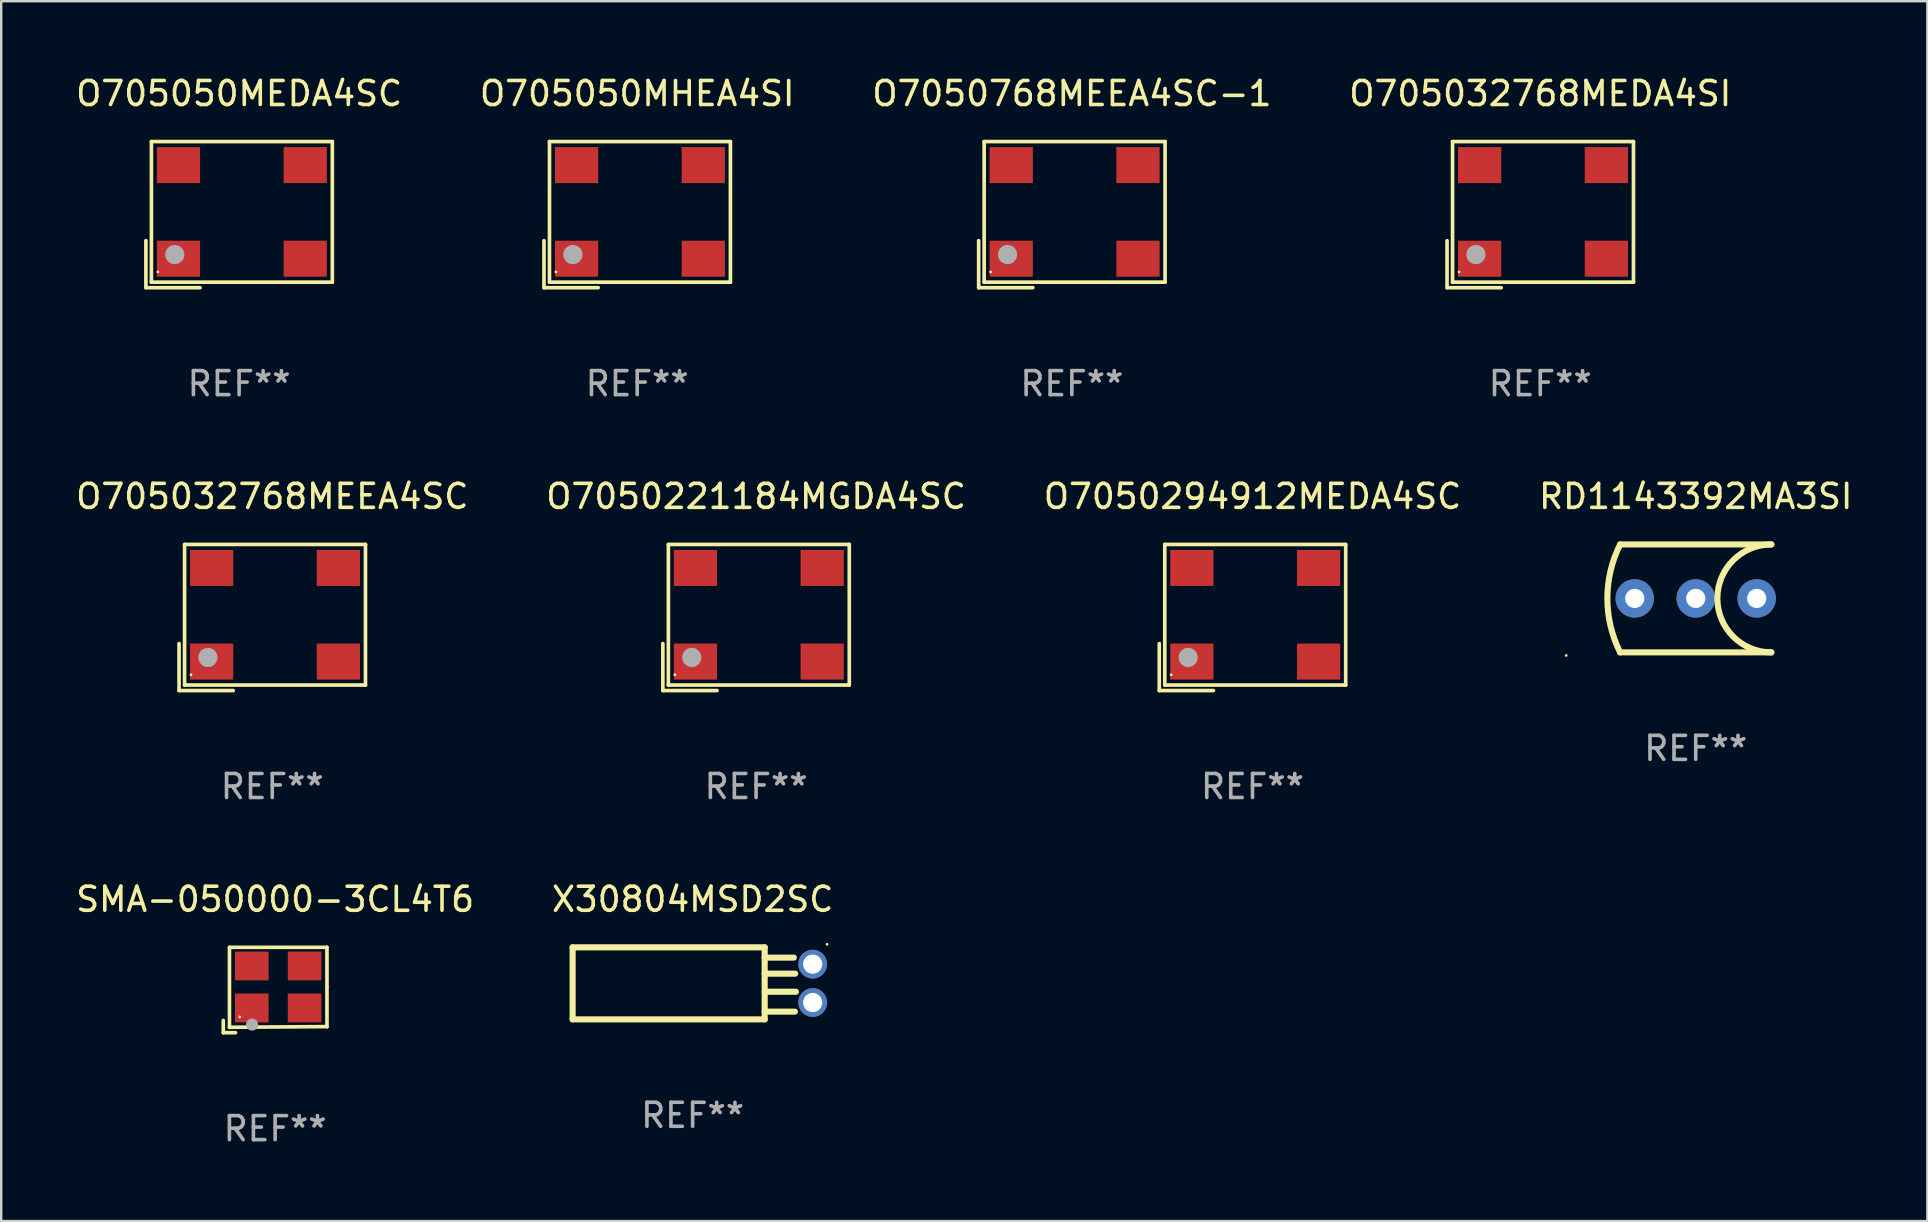
<source format=kicad_pcb>
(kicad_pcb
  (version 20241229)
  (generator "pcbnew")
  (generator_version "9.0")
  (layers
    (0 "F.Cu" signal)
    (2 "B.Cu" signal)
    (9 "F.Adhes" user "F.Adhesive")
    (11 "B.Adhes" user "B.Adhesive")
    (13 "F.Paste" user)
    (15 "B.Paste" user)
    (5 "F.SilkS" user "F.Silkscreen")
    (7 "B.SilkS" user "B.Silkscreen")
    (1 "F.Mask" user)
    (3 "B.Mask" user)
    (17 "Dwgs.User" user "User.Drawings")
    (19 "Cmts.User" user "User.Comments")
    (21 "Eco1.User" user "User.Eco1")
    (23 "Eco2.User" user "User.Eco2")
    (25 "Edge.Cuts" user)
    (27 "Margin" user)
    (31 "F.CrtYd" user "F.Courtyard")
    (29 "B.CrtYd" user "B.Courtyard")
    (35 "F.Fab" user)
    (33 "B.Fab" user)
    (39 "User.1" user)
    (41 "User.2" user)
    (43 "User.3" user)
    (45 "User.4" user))
  (footprint "O705050MEDA4SC"
    (layer "F.Cu")
    (at 6.911 5.891)
    (property "Reference" "O705050MEDA4SC" (at 0 -5.043 0) (layer "F.SilkS") (effects (font (size 1 1) (thickness 0.15))))
    (attr through_hole)
    (fp_line (start -3.883 1.086) (end -3.883 3.043) (stroke (width 0.152) (type solid)) (layer "F.SilkS"))
    (fp_line (start -3.883 3.043) (end -1.626 3.043) (stroke (width 0.152) (type solid)) (layer "F.SilkS"))
    (fp_line (start -3.654 -3.043) (end 3.883 -3.043) (stroke (width 0.152) (type solid)) (layer "F.SilkS"))
    (fp_line (start -3.654 2.814) (end -3.654 -3.043) (stroke (width 0.152) (type solid)) (layer "F.SilkS"))
    (fp_line (start 3.883 -3.043) (end 3.883 2.814) (stroke (width 0.152) (type solid)) (layer "F.SilkS"))
    (fp_line (start 3.883 2.814) (end -3.654 2.814) (stroke (width 0.152) (type solid)) (layer "F.SilkS"))
    (fp_circle (center -3.386 2.386) (end -3.356 2.386) (stroke (width 0.06) (type solid)) (fill no) (layer "F.SilkS"))
    (fp_circle (center -2.68 1.664) (end -2.48 1.664) (stroke (width 0.4) (type solid)) (fill no) (layer "F.Fab"))
    (fp_text user "REF**" (at 0 7.043 0) (layer "F.Fab") (effects (font (size 1 1) (thickness 0.15))))
    (pad "1" smd rect (at -2.526 1.836) (size 1.8 1.5) (layers "F.Cu" "F.Mask" "F.Paste"))
    (pad "2" smd rect (at 2.754 1.836) (size 1.8 1.5) (layers "F.Cu" "F.Mask" "F.Paste"))
    (pad "3" smd rect (at 2.754 -2.064) (size 1.8 1.5) (layers "F.Cu" "F.Mask" "F.Paste"))
    (pad "4" smd rect (at -2.526 -2.064) (size 1.8 1.5) (layers "F.Cu" "F.Mask" "F.Paste")))
  (footprint "RD1143392MA3SI"
    (layer "F.Cu")
    (at 67.589 21.878)
    (property "Reference" "RD1143392MA3SI" (at 0 -4.248 0) (layer "F.SilkS") (effects (font (size 1 1) (thickness 0.15))))
    (attr through_hole)
    (fp_line (start 3.15 -2.248) (end -3.15 -2.248) (stroke (width 0.254) (type solid)) (layer "F.SilkS"))
    (fp_line (start 3.15 2.248) (end -3.15 2.248) (stroke (width 0.254) (type solid)) (layer "F.SilkS"))
    (fp_arc (start -3.149606 2.247905) (mid -3.680264 0) (end -3.149606 -2.247904) (stroke (width 0.254001) (type solid)) (layer "F.SilkS"))
    (fp_arc (start 3.149606 2.247904) (mid 0.901702 0) (end 3.149606 -2.247904) (stroke (width 0.254001) (type solid)) (layer "F.SilkS"))
    (fp_circle (center -5.398 2.375) (end -5.368 2.375) (stroke (width 0.06) (type solid)) (fill no) (layer "F.SilkS"))
    (fp_text user "REF**" (at 0 6.248 0) (layer "F.Fab") (effects (font (size 1 1) (thickness 0.15))))
    (pad "1" thru_hole circle (at -2.54 0) (size 1.6 1.6) (drill 0.8) (layers "*.Cu" "*.Mask"))
    (pad "2" thru_hole circle (at 2.54 0) (size 1.6 1.6) (drill 0.8) (layers "*.Cu" "*.Mask"))
    (pad "3" thru_hole circle (at 0 0) (size 1.6 1.6) (drill 0.8) (layers "*.Cu" "*.Mask")))
  (footprint "O7050768MEEA4SC-1"
    (layer "F.Cu")
    (at 41.601 5.891)
    (property "Reference" "O7050768MEEA4SC-1" (at 0 -5.043 0) (layer "F.SilkS") (effects (font (size 1 1) (thickness 0.15))))
    (attr through_hole)
    (fp_line (start -3.883 1.086) (end -3.883 3.043) (stroke (width 0.152) (type solid)) (layer "F.SilkS"))
    (fp_line (start -3.883 3.043) (end -1.626 3.043) (stroke (width 0.152) (type solid)) (layer "F.SilkS"))
    (fp_line (start -3.654 -3.043) (end 3.883 -3.043) (stroke (width 0.152) (type solid)) (layer "F.SilkS"))
    (fp_line (start -3.654 2.814) (end -3.654 -3.043) (stroke (width 0.152) (type solid)) (layer "F.SilkS"))
    (fp_line (start 3.883 -3.043) (end 3.883 2.814) (stroke (width 0.152) (type solid)) (layer "F.SilkS"))
    (fp_line (start 3.883 2.814) (end -3.654 2.814) (stroke (width 0.152) (type solid)) (layer "F.SilkS"))
    (fp_circle (center -3.386 2.386) (end -3.356 2.386) (stroke (width 0.06) (type solid)) (fill no) (layer "F.SilkS"))
    (fp_circle (center -2.68 1.664) (end -2.48 1.664) (stroke (width 0.4) (type solid)) (fill no) (layer "F.Fab"))
    (fp_text user "REF**" (at 0 7.043 0) (layer "F.Fab") (effects (font (size 1 1) (thickness 0.15))))
    (pad "1" smd rect (at -2.526 1.836) (size 1.8 1.5) (layers "F.Cu" "F.Mask" "F.Paste"))
    (pad "2" smd rect (at 2.754 1.836) (size 1.8 1.5) (layers "F.Cu" "F.Mask" "F.Paste"))
    (pad "3" smd rect (at 2.754 -2.064) (size 1.8 1.5) (layers "F.Cu" "F.Mask" "F.Paste"))
    (pad "4" smd rect (at -2.526 -2.064) (size 1.8 1.5) (layers "F.Cu" "F.Mask" "F.Paste")))
  (footprint "O705050MHEA4SI"
    (layer "F.Cu")
    (at 23.494 5.891)
    (property "Reference" "O705050MHEA4SI" (at 0 -5.043 0) (layer "F.SilkS") (effects (font (size 1 1) (thickness 0.15))))
    (attr through_hole)
    (fp_line (start -3.883 1.086) (end -3.883 3.043) (stroke (width 0.152) (type solid)) (layer "F.SilkS"))
    (fp_line (start -3.883 3.043) (end -1.626 3.043) (stroke (width 0.152) (type solid)) (layer "F.SilkS"))
    (fp_line (start -3.654 -3.043) (end 3.883 -3.043) (stroke (width 0.152) (type solid)) (layer "F.SilkS"))
    (fp_line (start -3.654 2.814) (end -3.654 -3.043) (stroke (width 0.152) (type solid)) (layer "F.SilkS"))
    (fp_line (start 3.883 -3.043) (end 3.883 2.814) (stroke (width 0.152) (type solid)) (layer "F.SilkS"))
    (fp_line (start 3.883 2.814) (end -3.654 2.814) (stroke (width 0.152) (type solid)) (layer "F.SilkS"))
    (fp_circle (center -3.386 2.386) (end -3.356 2.386) (stroke (width 0.06) (type solid)) (fill no) (layer "F.SilkS"))
    (fp_circle (center -2.68 1.664) (end -2.48 1.664) (stroke (width 0.4) (type solid)) (fill no) (layer "F.Fab"))
    (fp_text user "REF**" (at 0 7.043 0) (layer "F.Fab") (effects (font (size 1 1) (thickness 0.15))))
    (pad "1" smd rect (at -2.526 1.836) (size 1.8 1.5) (layers "F.Cu" "F.Mask" "F.Paste"))
    (pad "2" smd rect (at 2.754 1.836) (size 1.8 1.5) (layers "F.Cu" "F.Mask" "F.Paste"))
    (pad "3" smd rect (at 2.754 -2.064) (size 1.8 1.5) (layers "F.Cu" "F.Mask" "F.Paste"))
    (pad "4" smd rect (at -2.526 -2.064) (size 1.8 1.5) (layers "F.Cu" "F.Mask" "F.Paste")))
  (footprint "O705032768MEDA4SI"
    (layer "F.Cu")
    (at 61.113 5.891)
    (property "Reference" "O705032768MEDA4SI" (at 0 -5.043 0) (layer "F.SilkS") (effects (font (size 1 1) (thickness 0.15))))
    (attr through_hole)
    (fp_line (start -3.883 1.086) (end -3.883 3.043) (stroke (width 0.152) (type solid)) (layer "F.SilkS"))
    (fp_line (start -3.883 3.043) (end -1.626 3.043) (stroke (width 0.152) (type solid)) (layer "F.SilkS"))
    (fp_line (start -3.654 -3.043) (end 3.883 -3.043) (stroke (width 0.152) (type solid)) (layer "F.SilkS"))
    (fp_line (start -3.654 2.814) (end -3.654 -3.043) (stroke (width 0.152) (type solid)) (layer "F.SilkS"))
    (fp_line (start 3.883 -3.043) (end 3.883 2.814) (stroke (width 0.152) (type solid)) (layer "F.SilkS"))
    (fp_line (start 3.883 2.814) (end -3.654 2.814) (stroke (width 0.152) (type solid)) (layer "F.SilkS"))
    (fp_circle (center -3.386 2.386) (end -3.356 2.386) (stroke (width 0.06) (type solid)) (fill no) (layer "F.SilkS"))
    (fp_circle (center -2.68 1.664) (end -2.48 1.664) (stroke (width 0.4) (type solid)) (fill no) (layer "F.Fab"))
    (fp_text user "REF**" (at 0 7.043 0) (layer "F.Fab") (effects (font (size 1 1) (thickness 0.15))))
    (pad "1" smd rect (at -2.526 1.836) (size 1.8 1.5) (layers "F.Cu" "F.Mask" "F.Paste"))
    (pad "2" smd rect (at 2.754 1.836) (size 1.8 1.5) (layers "F.Cu" "F.Mask" "F.Paste"))
    (pad "3" smd rect (at 2.754 -2.064) (size 1.8 1.5) (layers "F.Cu" "F.Mask" "F.Paste"))
    (pad "4" smd rect (at -2.526 -2.064) (size 1.8 1.5) (layers "F.Cu" "F.Mask" "F.Paste")))
  (footprint "SMA-050000-3CL4T6"
    (layer "F.Cu")
    (at 8.411 38.191)
    (property "Reference" "SMA-050000-3CL4T6" (at 0 -3.778 0) (layer "F.SilkS") (effects (font (size 1 1) (thickness 0.15))))
    (attr through_hole)
    (fp_line (start -2.159 1.27) (end -2.159 1.778) (stroke (width 0.152) (type solid)) (layer "F.SilkS"))
    (fp_line (start -2.159 1.778) (end -1.651 1.778) (stroke (width 0.152) (type solid)) (layer "F.SilkS"))
    (fp_line (start -1.902 -1.778) (end 2.159 -1.778) (stroke (width 0.152) (type solid)) (layer "F.SilkS"))
    (fp_line (start -1.902 1.552) (end -1.902 -1.778) (stroke (width 0.152) (type solid)) (layer "F.SilkS"))
    (fp_line (start 2.159 -1.778) (end 2.159 -0.127) (stroke (width 0.152) (type solid)) (layer "F.SilkS"))
    (fp_line (start 2.159 -0.127) (end 2.159 1.524) (stroke (width 0.152) (type solid)) (layer "F.SilkS"))
    (fp_line (start 2.159 1.524) (end -1.902 1.552) (stroke (width 0.152) (type solid)) (layer "F.SilkS"))
    (fp_line (start 2.159 1.524) (end 2.159 1.524) (stroke (width 0.152) (type solid)) (layer "F.SilkS"))
    (fp_circle (center -1.473 1.123) (end -1.443 1.123) (stroke (width 0.06) (type solid)) (fill no) (layer "F.SilkS"))
    (fp_circle (center -0.961 1.44) (end -0.834 1.44) (stroke (width 0.254) (type solid)) (fill no) (layer "F.Fab"))
    (fp_text user "REF**" (at 0 5.778 0) (layer "F.Fab") (effects (font (size 1 1) (thickness 0.15))))
    (pad "1" smd rect (at -0.973 0.748) (size 1.4 1.2) (layers "F.Cu" "F.Mask" "F.Paste"))
    (pad "2" smd rect (at 1.227 0.748) (size 1.4 1.2) (layers "F.Cu" "F.Mask" "F.Paste"))
    (pad "3" smd rect (at 1.227 -1.002) (size 1.4 1.2) (layers "F.Cu" "F.Mask" "F.Paste"))
    (pad "4" smd rect (at -0.973 -1.002) (size 1.4 1.2) (layers "F.Cu" "F.Mask" "F.Paste")))
  (footprint "X30804MSD2SC"
    (layer "F.Cu")
    (at 25.804 37.913)
    (property "Reference" "X30804MSD2SC" (at 0 -3.5 0) (layer "F.SilkS") (effects (font (size 1 1) (thickness 0.15))))
    (attr through_hole)
    (fp_line (start -5 -1.5) (end -5 1.5) (stroke (width 0.254) (type solid)) (layer "F.SilkS"))
    (fp_line (start 3 -1.5) (end -5 -1.5) (stroke (width 0.254) (type solid)) (layer "F.SilkS"))
    (fp_line (start 3 -1.5) (end 3 1.5) (stroke (width 0.254) (type solid)) (layer "F.SilkS"))
    (fp_line (start 3 -1.071) (end 4.214 -1.071) (stroke (width 0.254) (type solid)) (layer "F.SilkS"))
    (fp_line (start 3 -0.403) (end 4.27 -0.403) (stroke (width 0.254) (type solid)) (layer "F.SilkS"))
    (fp_line (start 3 0.35) (end 4.302 0.35) (stroke (width 0.254) (type solid)) (layer "F.SilkS"))
    (fp_line (start 3 1.178) (end 4.26 1.178) (stroke (width 0.254) (type solid)) (layer "F.SilkS"))
    (fp_line (start 3 1.5) (end -5 1.5) (stroke (width 0.254) (type solid)) (layer "F.SilkS"))
    (fp_circle (center 5.6 -1.627) (end 5.63 -1.627) (stroke (width 0.06) (type solid)) (fill no) (layer "F.SilkS"))
    (fp_text user "REF**" (at 0 5.5 0) (layer "F.Fab") (effects (font (size 1 1) (thickness 0.15))))
    (pad "1" thru_hole circle (at 5 -0.8) (size 1.2 1.2) (drill 0.8) (layers "*.Cu" "*.Mask"))
    (pad "2" thru_hole circle (at 5 0.8) (size 1.2 1.2) (drill 0.8) (layers "*.Cu" "*.Mask")))
  (footprint "O705032768MEEA4SC"
    (layer "F.Cu")
    (at 8.292 22.673)
    (property "Reference" "O705032768MEEA4SC" (at 0 -5.043 0) (layer "F.SilkS") (effects (font (size 1 1) (thickness 0.15))))
    (attr through_hole)
    (fp_line (start -3.883 1.086) (end -3.883 3.043) (stroke (width 0.152) (type solid)) (layer "F.SilkS"))
    (fp_line (start -3.883 3.043) (end -1.626 3.043) (stroke (width 0.152) (type solid)) (layer "F.SilkS"))
    (fp_line (start -3.654 -3.043) (end 3.883 -3.043) (stroke (width 0.152) (type solid)) (layer "F.SilkS"))
    (fp_line (start -3.654 2.814) (end -3.654 -3.043) (stroke (width 0.152) (type solid)) (layer "F.SilkS"))
    (fp_line (start 3.883 -3.043) (end 3.883 2.814) (stroke (width 0.152) (type solid)) (layer "F.SilkS"))
    (fp_line (start 3.883 2.814) (end -3.654 2.814) (stroke (width 0.152) (type solid)) (layer "F.SilkS"))
    (fp_circle (center -3.386 2.386) (end -3.356 2.386) (stroke (width 0.06) (type solid)) (fill no) (layer "F.SilkS"))
    (fp_circle (center -2.68 1.664) (end -2.48 1.664) (stroke (width 0.4) (type solid)) (fill no) (layer "F.Fab"))
    (fp_text user "REF**" (at 0 7.043 0) (layer "F.Fab") (effects (font (size 1 1) (thickness 0.15))))
    (pad "1" smd rect (at -2.526 1.836) (size 1.8 1.5) (layers "F.Cu" "F.Mask" "F.Paste"))
    (pad "2" smd rect (at 2.754 1.836) (size 1.8 1.5) (layers "F.Cu" "F.Mask" "F.Paste"))
    (pad "3" smd rect (at 2.754 -2.064) (size 1.8 1.5) (layers "F.Cu" "F.Mask" "F.Paste"))
    (pad "4" smd rect (at -2.526 -2.064) (size 1.8 1.5) (layers "F.Cu" "F.Mask" "F.Paste")))
  (footprint "O7050294912MEDA4SC"
    (layer "F.Cu")
    (at 49.125 22.673)
    (property "Reference" "O7050294912MEDA4SC" (at 0 -5.043 0) (layer "F.SilkS") (effects (font (size 1 1) (thickness 0.15))))
    (attr through_hole)
    (fp_line (start -3.883 1.086) (end -3.883 3.043) (stroke (width 0.152) (type solid)) (layer "F.SilkS"))
    (fp_line (start -3.883 3.043) (end -1.626 3.043) (stroke (width 0.152) (type solid)) (layer "F.SilkS"))
    (fp_line (start -3.654 -3.043) (end 3.883 -3.043) (stroke (width 0.152) (type solid)) (layer "F.SilkS"))
    (fp_line (start -3.654 2.814) (end -3.654 -3.043) (stroke (width 0.152) (type solid)) (layer "F.SilkS"))
    (fp_line (start 3.883 -3.043) (end 3.883 2.814) (stroke (width 0.152) (type solid)) (layer "F.SilkS"))
    (fp_line (start 3.883 2.814) (end -3.654 2.814) (stroke (width 0.152) (type solid)) (layer "F.SilkS"))
    (fp_circle (center -3.386 2.386) (end -3.356 2.386) (stroke (width 0.06) (type solid)) (fill no) (layer "F.SilkS"))
    (fp_circle (center -2.68 1.664) (end -2.48 1.664) (stroke (width 0.4) (type solid)) (fill no) (layer "F.Fab"))
    (fp_text user "REF**" (at 0 7.043 0) (layer "F.Fab") (effects (font (size 1 1) (thickness 0.15))))
    (pad "1" smd rect (at -2.526 1.836) (size 1.8 1.5) (layers "F.Cu" "F.Mask" "F.Paste"))
    (pad "2" smd rect (at 2.754 1.836) (size 1.8 1.5) (layers "F.Cu" "F.Mask" "F.Paste"))
    (pad "3" smd rect (at 2.754 -2.064) (size 1.8 1.5) (layers "F.Cu" "F.Mask" "F.Paste"))
    (pad "4" smd rect (at -2.526 -2.064) (size 1.8 1.5) (layers "F.Cu" "F.Mask" "F.Paste")))
  (footprint "O7050221184MGDA4SC"
    (layer "F.Cu")
    (at 28.446 22.673)
    (property "Reference" "O7050221184MGDA4SC" (at 0 -5.043 0) (layer "F.SilkS") (effects (font (size 1 1) (thickness 0.15))))
    (attr through_hole)
    (fp_line (start -3.883 1.086) (end -3.883 3.043) (stroke (width 0.152) (type solid)) (layer "F.SilkS"))
    (fp_line (start -3.883 3.043) (end -1.626 3.043) (stroke (width 0.152) (type solid)) (layer "F.SilkS"))
    (fp_line (start -3.654 -3.043) (end 3.883 -3.043) (stroke (width 0.152) (type solid)) (layer "F.SilkS"))
    (fp_line (start -3.654 2.814) (end -3.654 -3.043) (stroke (width 0.152) (type solid)) (layer "F.SilkS"))
    (fp_line (start 3.883 -3.043) (end 3.883 2.814) (stroke (width 0.152) (type solid)) (layer "F.SilkS"))
    (fp_line (start 3.883 2.814) (end -3.654 2.814) (stroke (width 0.152) (type solid)) (layer "F.SilkS"))
    (fp_circle (center -3.386 2.386) (end -3.356 2.386) (stroke (width 0.06) (type solid)) (fill no) (layer "F.SilkS"))
    (fp_circle (center -2.68 1.664) (end -2.48 1.664) (stroke (width 0.4) (type solid)) (fill no) (layer "F.Fab"))
    (fp_text user "REF**" (at 0 7.043 0) (layer "F.Fab") (effects (font (size 1 1) (thickness 0.15))))
    (pad "1" smd rect (at -2.526 1.836) (size 1.8 1.5) (layers "F.Cu" "F.Mask" "F.Paste"))
    (pad "2" smd rect (at 2.754 1.836) (size 1.8 1.5) (layers "F.Cu" "F.Mask" "F.Paste"))
    (pad "3" smd rect (at 2.754 -2.064) (size 1.8 1.5) (layers "F.Cu" "F.Mask" "F.Paste"))
    (pad "4" smd rect (at -2.526 -2.064) (size 1.8 1.5) (layers "F.Cu" "F.Mask" "F.Paste")))
  (gr_rect
    (start -3 -3)
    (end 77.238 47.817)
    (stroke (width 0.1) (type default))
    (fill no)
    (layer "Edge.Cuts")))
</source>
